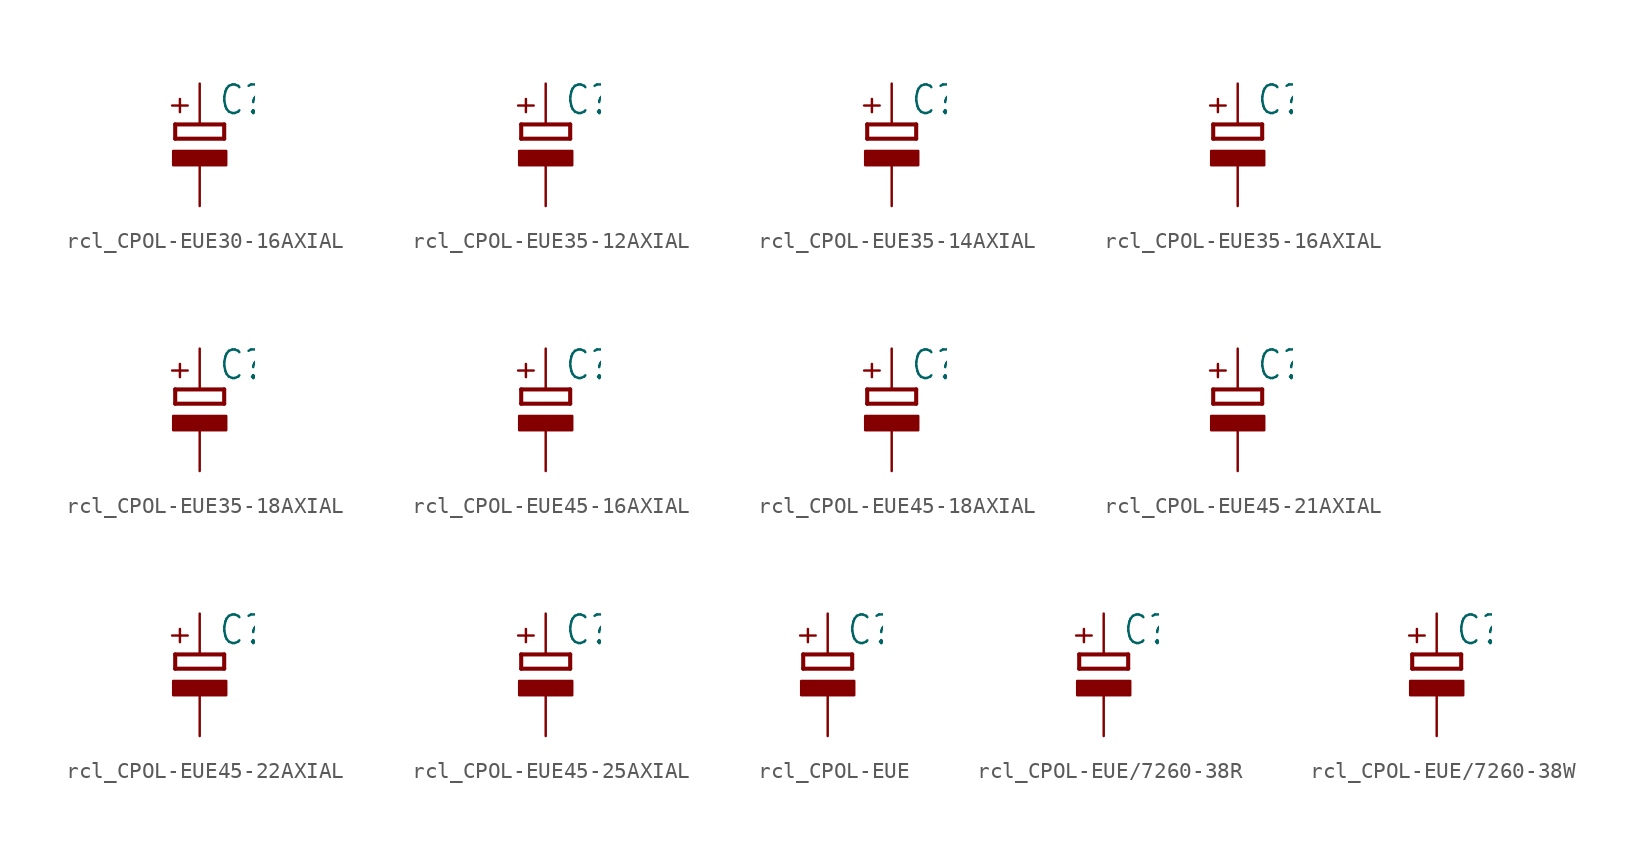
<source format=kicad_sym>
(kicad_symbol_lib
  (version 20241209)
  (generator "kicad_symbol_editor")
  (generator_version "9.0")
  (symbol "rcl_CPOL-EUE30-16AXIAL"
    (property "Reference" "C"
      (at 1.143 0.483 0)
      (effects (font (size 1.778 1.511)) (justify left bottom)))
    (property "Value" ""
      (at 1.143 -4.597 0)
      (effects (font (size 1.778 1.511)) (justify left bottom)))
    (property "ki_locked" ""
      (at 0 0 0)
      (effects (font (size 1.27 1.27))))
    (symbol "rcl_CPOL-EUE30-16AXIAL_1_0"
      (rectangle (start -1.651 -2.54) (end 1.651 -1.651) (stroke (width 0) (type default)) (fill (type outline)))
      (polyline (pts (xy -1.524 0) (xy -1.524 -0.889)) (stroke (width 0.254) (type solid)) (fill (type none)))
      (polyline (pts (xy -1.524 0) (xy 1.524 0)) (stroke (width 0.254) (type solid)) (fill (type none)))
      (polyline (pts (xy -1.524 -0.889) (xy 1.524 -0.889)) (stroke (width 0.254) (type solid)) (fill (type none)))
      (polyline (pts (xy 1.524 -0.889) (xy 1.524 0)) (stroke (width 0.254) (type solid)) (fill (type none)))
      (text "+" (at -0.584 0.406 900) (effects (font (size 1.27 1.079)) (justify left bottom)))
      (pin passive line (at 0 2.54 270) (length 2.54) (name "+" (effects (font (size 0 0)))) (number "+" (effects (font (size 0 0)))))
      (pin passive line (at 0 -5.08 90) (length 2.54) (name "-" (effects (font (size 0 0)))) (number "-" (effects (font (size 0 0)))))))
  (symbol "rcl_CPOL-EUE35-12AXIAL"
    (property "Reference" "C"
      (at 1.143 0.483 0)
      (effects (font (size 1.778 1.511)) (justify left bottom)))
    (property "Value" ""
      (at 1.143 -4.597 0)
      (effects (font (size 1.778 1.511)) (justify left bottom)))
    (property "ki_locked" ""
      (at 0 0 0)
      (effects (font (size 1.27 1.27))))
    (symbol "rcl_CPOL-EUE35-12AXIAL_1_0"
      (rectangle (start -1.651 -2.54) (end 1.651 -1.651) (stroke (width 0) (type default)) (fill (type outline)))
      (polyline (pts (xy -1.524 0) (xy -1.524 -0.889)) (stroke (width 0.254) (type solid)) (fill (type none)))
      (polyline (pts (xy -1.524 0) (xy 1.524 0)) (stroke (width 0.254) (type solid)) (fill (type none)))
      (polyline (pts (xy -1.524 -0.889) (xy 1.524 -0.889)) (stroke (width 0.254) (type solid)) (fill (type none)))
      (polyline (pts (xy 1.524 -0.889) (xy 1.524 0)) (stroke (width 0.254) (type solid)) (fill (type none)))
      (text "+" (at -0.584 0.406 900) (effects (font (size 1.27 1.079)) (justify left bottom)))
      (pin passive line (at 0 2.54 270) (length 2.54) (name "+" (effects (font (size 0 0)))) (number "+" (effects (font (size 0 0)))))
      (pin passive line (at 0 -5.08 90) (length 2.54) (name "-" (effects (font (size 0 0)))) (number "-" (effects (font (size 0 0)))))))
  (symbol "rcl_CPOL-EUE35-14AXIAL"
    (property "Reference" "C"
      (at 1.143 0.483 0)
      (effects (font (size 1.778 1.511)) (justify left bottom)))
    (property "Value" ""
      (at 1.143 -4.597 0)
      (effects (font (size 1.778 1.511)) (justify left bottom)))
    (property "ki_locked" ""
      (at 0 0 0)
      (effects (font (size 1.27 1.27))))
    (symbol "rcl_CPOL-EUE35-14AXIAL_1_0"
      (rectangle (start -1.651 -2.54) (end 1.651 -1.651) (stroke (width 0) (type default)) (fill (type outline)))
      (polyline (pts (xy -1.524 0) (xy -1.524 -0.889)) (stroke (width 0.254) (type solid)) (fill (type none)))
      (polyline (pts (xy -1.524 0) (xy 1.524 0)) (stroke (width 0.254) (type solid)) (fill (type none)))
      (polyline (pts (xy -1.524 -0.889) (xy 1.524 -0.889)) (stroke (width 0.254) (type solid)) (fill (type none)))
      (polyline (pts (xy 1.524 -0.889) (xy 1.524 0)) (stroke (width 0.254) (type solid)) (fill (type none)))
      (text "+" (at -0.584 0.406 900) (effects (font (size 1.27 1.079)) (justify left bottom)))
      (pin passive line (at 0 2.54 270) (length 2.54) (name "+" (effects (font (size 0 0)))) (number "+" (effects (font (size 0 0)))))
      (pin passive line (at 0 -5.08 90) (length 2.54) (name "-" (effects (font (size 0 0)))) (number "-" (effects (font (size 0 0)))))))
  (symbol "rcl_CPOL-EUE35-16AXIAL"
    (property "Reference" "C"
      (at 1.143 0.483 0)
      (effects (font (size 1.778 1.511)) (justify left bottom)))
    (property "Value" ""
      (at 1.143 -4.597 0)
      (effects (font (size 1.778 1.511)) (justify left bottom)))
    (property "ki_locked" ""
      (at 0 0 0)
      (effects (font (size 1.27 1.27))))
    (symbol "rcl_CPOL-EUE35-16AXIAL_1_0"
      (rectangle (start -1.651 -2.54) (end 1.651 -1.651) (stroke (width 0) (type default)) (fill (type outline)))
      (polyline (pts (xy -1.524 0) (xy -1.524 -0.889)) (stroke (width 0.254) (type solid)) (fill (type none)))
      (polyline (pts (xy -1.524 0) (xy 1.524 0)) (stroke (width 0.254) (type solid)) (fill (type none)))
      (polyline (pts (xy -1.524 -0.889) (xy 1.524 -0.889)) (stroke (width 0.254) (type solid)) (fill (type none)))
      (polyline (pts (xy 1.524 -0.889) (xy 1.524 0)) (stroke (width 0.254) (type solid)) (fill (type none)))
      (text "+" (at -0.584 0.406 900) (effects (font (size 1.27 1.079)) (justify left bottom)))
      (pin passive line (at 0 2.54 270) (length 2.54) (name "+" (effects (font (size 0 0)))) (number "+" (effects (font (size 0 0)))))
      (pin passive line (at 0 -5.08 90) (length 2.54) (name "-" (effects (font (size 0 0)))) (number "-" (effects (font (size 0 0)))))))
  (symbol "rcl_CPOL-EUE35-18AXIAL"
    (property "Reference" "C"
      (at 1.143 0.483 0)
      (effects (font (size 1.778 1.511)) (justify left bottom)))
    (property "Value" ""
      (at 1.143 -4.597 0)
      (effects (font (size 1.778 1.511)) (justify left bottom)))
    (property "ki_locked" ""
      (at 0 0 0)
      (effects (font (size 1.27 1.27))))
    (symbol "rcl_CPOL-EUE35-18AXIAL_1_0"
      (rectangle (start -1.651 -2.54) (end 1.651 -1.651) (stroke (width 0) (type default)) (fill (type outline)))
      (polyline (pts (xy -1.524 0) (xy -1.524 -0.889)) (stroke (width 0.254) (type solid)) (fill (type none)))
      (polyline (pts (xy -1.524 0) (xy 1.524 0)) (stroke (width 0.254) (type solid)) (fill (type none)))
      (polyline (pts (xy -1.524 -0.889) (xy 1.524 -0.889)) (stroke (width 0.254) (type solid)) (fill (type none)))
      (polyline (pts (xy 1.524 -0.889) (xy 1.524 0)) (stroke (width 0.254) (type solid)) (fill (type none)))
      (text "+" (at -0.584 0.406 900) (effects (font (size 1.27 1.079)) (justify left bottom)))
      (pin passive line (at 0 2.54 270) (length 2.54) (name "+" (effects (font (size 0 0)))) (number "+" (effects (font (size 0 0)))))
      (pin passive line (at 0 -5.08 90) (length 2.54) (name "-" (effects (font (size 0 0)))) (number "-" (effects (font (size 0 0)))))))
  (symbol "rcl_CPOL-EUE45-16AXIAL"
    (property "Reference" "C"
      (at 1.143 0.483 0)
      (effects (font (size 1.778 1.511)) (justify left bottom)))
    (property "Value" ""
      (at 1.143 -4.597 0)
      (effects (font (size 1.778 1.511)) (justify left bottom)))
    (property "ki_locked" ""
      (at 0 0 0)
      (effects (font (size 1.27 1.27))))
    (symbol "rcl_CPOL-EUE45-16AXIAL_1_0"
      (rectangle (start -1.651 -2.54) (end 1.651 -1.651) (stroke (width 0) (type default)) (fill (type outline)))
      (polyline (pts (xy -1.524 0) (xy -1.524 -0.889)) (stroke (width 0.254) (type solid)) (fill (type none)))
      (polyline (pts (xy -1.524 0) (xy 1.524 0)) (stroke (width 0.254) (type solid)) (fill (type none)))
      (polyline (pts (xy -1.524 -0.889) (xy 1.524 -0.889)) (stroke (width 0.254) (type solid)) (fill (type none)))
      (polyline (pts (xy 1.524 -0.889) (xy 1.524 0)) (stroke (width 0.254) (type solid)) (fill (type none)))
      (text "+" (at -0.584 0.406 900) (effects (font (size 1.27 1.079)) (justify left bottom)))
      (pin passive line (at 0 2.54 270) (length 2.54) (name "+" (effects (font (size 0 0)))) (number "+" (effects (font (size 0 0)))))
      (pin passive line (at 0 -5.08 90) (length 2.54) (name "-" (effects (font (size 0 0)))) (number "-" (effects (font (size 0 0)))))))
  (symbol "rcl_CPOL-EUE45-18AXIAL"
    (property "Reference" "C"
      (at 1.143 0.483 0)
      (effects (font (size 1.778 1.511)) (justify left bottom)))
    (property "Value" ""
      (at 1.143 -4.597 0)
      (effects (font (size 1.778 1.511)) (justify left bottom)))
    (property "ki_locked" ""
      (at 0 0 0)
      (effects (font (size 1.27 1.27))))
    (symbol "rcl_CPOL-EUE45-18AXIAL_1_0"
      (rectangle (start -1.651 -2.54) (end 1.651 -1.651) (stroke (width 0) (type default)) (fill (type outline)))
      (polyline (pts (xy -1.524 0) (xy -1.524 -0.889)) (stroke (width 0.254) (type solid)) (fill (type none)))
      (polyline (pts (xy -1.524 0) (xy 1.524 0)) (stroke (width 0.254) (type solid)) (fill (type none)))
      (polyline (pts (xy -1.524 -0.889) (xy 1.524 -0.889)) (stroke (width 0.254) (type solid)) (fill (type none)))
      (polyline (pts (xy 1.524 -0.889) (xy 1.524 0)) (stroke (width 0.254) (type solid)) (fill (type none)))
      (text "+" (at -0.584 0.406 900) (effects (font (size 1.27 1.079)) (justify left bottom)))
      (pin passive line (at 0 2.54 270) (length 2.54) (name "+" (effects (font (size 0 0)))) (number "+" (effects (font (size 0 0)))))
      (pin passive line (at 0 -5.08 90) (length 2.54) (name "-" (effects (font (size 0 0)))) (number "-" (effects (font (size 0 0)))))))
  (symbol "rcl_CPOL-EUE45-21AXIAL"
    (property "Reference" "C"
      (at 1.143 0.483 0)
      (effects (font (size 1.778 1.511)) (justify left bottom)))
    (property "Value" ""
      (at 1.143 -4.597 0)
      (effects (font (size 1.778 1.511)) (justify left bottom)))
    (property "ki_locked" ""
      (at 0 0 0)
      (effects (font (size 1.27 1.27))))
    (symbol "rcl_CPOL-EUE45-21AXIAL_1_0"
      (rectangle (start -1.651 -2.54) (end 1.651 -1.651) (stroke (width 0) (type default)) (fill (type outline)))
      (polyline (pts (xy -1.524 0) (xy -1.524 -0.889)) (stroke (width 0.254) (type solid)) (fill (type none)))
      (polyline (pts (xy -1.524 0) (xy 1.524 0)) (stroke (width 0.254) (type solid)) (fill (type none)))
      (polyline (pts (xy -1.524 -0.889) (xy 1.524 -0.889)) (stroke (width 0.254) (type solid)) (fill (type none)))
      (polyline (pts (xy 1.524 -0.889) (xy 1.524 0)) (stroke (width 0.254) (type solid)) (fill (type none)))
      (text "+" (at -0.584 0.406 900) (effects (font (size 1.27 1.079)) (justify left bottom)))
      (pin passive line (at 0 2.54 270) (length 2.54) (name "+" (effects (font (size 0 0)))) (number "+" (effects (font (size 0 0)))))
      (pin passive line (at 0 -5.08 90) (length 2.54) (name "-" (effects (font (size 0 0)))) (number "-" (effects (font (size 0 0)))))))
  (symbol "rcl_CPOL-EUE45-22AXIAL"
    (property "Reference" "C"
      (at 1.143 0.483 0)
      (effects (font (size 1.778 1.511)) (justify left bottom)))
    (property "Value" ""
      (at 1.143 -4.597 0)
      (effects (font (size 1.778 1.511)) (justify left bottom)))
    (property "ki_locked" ""
      (at 0 0 0)
      (effects (font (size 1.27 1.27))))
    (symbol "rcl_CPOL-EUE45-22AXIAL_1_0"
      (rectangle (start -1.651 -2.54) (end 1.651 -1.651) (stroke (width 0) (type default)) (fill (type outline)))
      (polyline (pts (xy -1.524 0) (xy -1.524 -0.889)) (stroke (width 0.254) (type solid)) (fill (type none)))
      (polyline (pts (xy -1.524 0) (xy 1.524 0)) (stroke (width 0.254) (type solid)) (fill (type none)))
      (polyline (pts (xy -1.524 -0.889) (xy 1.524 -0.889)) (stroke (width 0.254) (type solid)) (fill (type none)))
      (polyline (pts (xy 1.524 -0.889) (xy 1.524 0)) (stroke (width 0.254) (type solid)) (fill (type none)))
      (text "+" (at -0.584 0.406 900) (effects (font (size 1.27 1.079)) (justify left bottom)))
      (pin passive line (at 0 2.54 270) (length 2.54) (name "+" (effects (font (size 0 0)))) (number "+" (effects (font (size 0 0)))))
      (pin passive line (at 0 -5.08 90) (length 2.54) (name "-" (effects (font (size 0 0)))) (number "-" (effects (font (size 0 0)))))))
  (symbol "rcl_CPOL-EUE45-25AXIAL"
    (property "Reference" "C"
      (at 1.143 0.483 0)
      (effects (font (size 1.778 1.511)) (justify left bottom)))
    (property "Value" ""
      (at 1.143 -4.597 0)
      (effects (font (size 1.778 1.511)) (justify left bottom)))
    (property "ki_locked" ""
      (at 0 0 0)
      (effects (font (size 1.27 1.27))))
    (symbol "rcl_CPOL-EUE45-25AXIAL_1_0"
      (rectangle (start -1.651 -2.54) (end 1.651 -1.651) (stroke (width 0) (type default)) (fill (type outline)))
      (polyline (pts (xy -1.524 0) (xy -1.524 -0.889)) (stroke (width 0.254) (type solid)) (fill (type none)))
      (polyline (pts (xy -1.524 0) (xy 1.524 0)) (stroke (width 0.254) (type solid)) (fill (type none)))
      (polyline (pts (xy -1.524 -0.889) (xy 1.524 -0.889)) (stroke (width 0.254) (type solid)) (fill (type none)))
      (polyline (pts (xy 1.524 -0.889) (xy 1.524 0)) (stroke (width 0.254) (type solid)) (fill (type none)))
      (text "+" (at -0.584 0.406 900) (effects (font (size 1.27 1.079)) (justify left bottom)))
      (pin passive line (at 0 2.54 270) (length 2.54) (name "+" (effects (font (size 0 0)))) (number "+" (effects (font (size 0 0)))))
      (pin passive line (at 0 -5.08 90) (length 2.54) (name "-" (effects (font (size 0 0)))) (number "-" (effects (font (size 0 0)))))))
  (symbol "rcl_CPOL-EUE"
    (property "Reference" "C"
      (at 1.143 0.483 0)
      (effects (font (size 1.778 1.511)) (justify left bottom)))
    (property "Value" ""
      (at 1.143 -4.597 0)
      (effects (font (size 1.778 1.511)) (justify left bottom)))
    (property "ki_locked" ""
      (at 0 0 0)
      (effects (font (size 1.27 1.27))))
    (symbol "rcl_CPOL-EUE_1_0"
      (rectangle (start -1.651 -2.54) (end 1.651 -1.651) (stroke (width 0) (type default)) (fill (type outline)))
      (polyline (pts (xy -1.524 0) (xy -1.524 -0.889)) (stroke (width 0.254) (type solid)) (fill (type none)))
      (polyline (pts (xy -1.524 0) (xy 1.524 0)) (stroke (width 0.254) (type solid)) (fill (type none)))
      (polyline (pts (xy -1.524 -0.889) (xy 1.524 -0.889)) (stroke (width 0.254) (type solid)) (fill (type none)))
      (polyline (pts (xy 1.524 -0.889) (xy 1.524 0)) (stroke (width 0.254) (type solid)) (fill (type none)))
      (text "+" (at -0.584 0.406 900) (effects (font (size 1.27 1.079)) (justify left bottom)))
      (pin passive line (at 0 2.54 270) (length 2.54) (name "+" (effects (font (size 0 0)))) (number "+" (effects (font (size 0 0)))))
      (pin passive line (at 0 -5.08 90) (length 2.54) (name "-" (effects (font (size 0 0)))) (number "-" (effects (font (size 0 0)))))))
  (symbol "rcl_CPOL-EUE/7260-38R"
    (property "Reference" "C"
      (at 1.143 0.483 0)
      (effects (font (size 1.778 1.511)) (justify left bottom)))
    (property "Value" ""
      (at 1.143 -4.597 0)
      (effects (font (size 1.778 1.511)) (justify left bottom)))
    (property "ki_locked" ""
      (at 0 0 0)
      (effects (font (size 1.27 1.27))))
    (symbol "rcl_CPOL-EUE/7260-38R_1_0"
      (rectangle (start -1.651 -2.54) (end 1.651 -1.651) (stroke (width 0) (type default)) (fill (type outline)))
      (polyline (pts (xy -1.524 0) (xy -1.524 -0.889)) (stroke (width 0.254) (type solid)) (fill (type none)))
      (polyline (pts (xy -1.524 0) (xy 1.524 0)) (stroke (width 0.254) (type solid)) (fill (type none)))
      (polyline (pts (xy -1.524 -0.889) (xy 1.524 -0.889)) (stroke (width 0.254) (type solid)) (fill (type none)))
      (polyline (pts (xy 1.524 -0.889) (xy 1.524 0)) (stroke (width 0.254) (type solid)) (fill (type none)))
      (text "+" (at -0.584 0.406 900) (effects (font (size 1.27 1.079)) (justify left bottom)))
      (pin passive line (at 0 2.54 270) (length 2.54) (name "+" (effects (font (size 0 0)))) (number "+" (effects (font (size 0 0)))))
      (pin passive line (at 0 -5.08 90) (length 2.54) (name "-" (effects (font (size 0 0)))) (number "-" (effects (font (size 0 0)))))))
  (symbol "rcl_CPOL-EUE/7260-38W"
    (property "Reference" "C"
      (at 1.143 0.483 0)
      (effects (font (size 1.778 1.511)) (justify left bottom)))
    (property "Value" ""
      (at 1.143 -4.597 0)
      (effects (font (size 1.778 1.511)) (justify left bottom)))
    (property "ki_locked" ""
      (at 0 0 0)
      (effects (font (size 1.27 1.27))))
    (symbol "rcl_CPOL-EUE/7260-38W_1_0"
      (rectangle (start -1.651 -2.54) (end 1.651 -1.651) (stroke (width 0) (type default)) (fill (type outline)))
      (polyline (pts (xy -1.524 0) (xy -1.524 -0.889)) (stroke (width 0.254) (type solid)) (fill (type none)))
      (polyline (pts (xy -1.524 0) (xy 1.524 0)) (stroke (width 0.254) (type solid)) (fill (type none)))
      (polyline (pts (xy -1.524 -0.889) (xy 1.524 -0.889)) (stroke (width 0.254) (type solid)) (fill (type none)))
      (polyline (pts (xy 1.524 -0.889) (xy 1.524 0)) (stroke (width 0.254) (type solid)) (fill (type none)))
      (text "+" (at -0.584 0.406 900) (effects (font (size 1.27 1.079)) (justify left bottom)))
      (pin passive line (at 0 2.54 270) (length 2.54) (name "+" (effects (font (size 0 0)))) (number "+" (effects (font (size 0 0)))))
      (pin passive line (at 0 -5.08 90) (length 2.54) (name "-" (effects (font (size 0 0)))) (number "-" (effects (font (size 0 0))))))))
</source>
